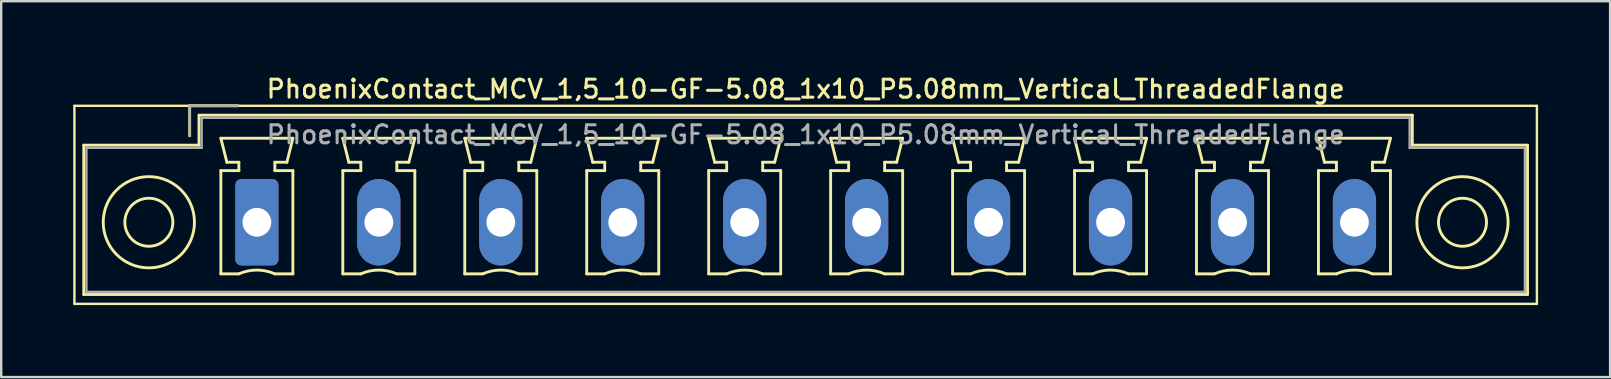
<source format=kicad_pcb>
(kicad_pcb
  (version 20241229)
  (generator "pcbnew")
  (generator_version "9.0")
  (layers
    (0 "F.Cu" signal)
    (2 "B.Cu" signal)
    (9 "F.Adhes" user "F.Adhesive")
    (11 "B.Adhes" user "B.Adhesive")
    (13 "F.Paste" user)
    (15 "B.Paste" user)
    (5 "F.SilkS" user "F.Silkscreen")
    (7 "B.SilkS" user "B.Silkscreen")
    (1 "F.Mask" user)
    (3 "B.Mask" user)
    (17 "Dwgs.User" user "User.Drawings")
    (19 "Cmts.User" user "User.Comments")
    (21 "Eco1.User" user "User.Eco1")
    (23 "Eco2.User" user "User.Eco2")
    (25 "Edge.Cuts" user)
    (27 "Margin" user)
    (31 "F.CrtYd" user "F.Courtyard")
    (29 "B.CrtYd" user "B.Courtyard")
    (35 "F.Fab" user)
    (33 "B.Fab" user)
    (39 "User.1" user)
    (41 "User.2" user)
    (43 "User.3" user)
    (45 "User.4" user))
  (footprint "PhoenixContact_MCV_1,5_10-GF-5.08_1x10_P5.08mm_Vertical_ThreadedFlange"
    (layer "F.Cu")
    (at 7.65 6.208)
    (property "Reference" "PhoenixContact_MCV_1,5_10-GF-5.08_1x10_P5.08mm_Vertical_ThreadedFlange" (at 22.86 -5.55 0) (layer "F.SilkS") (effects (font (size 0.75 0.75) (thickness 0.125))))
    (attr through_hole)
    (fp_line (start -7.6 -4.85) (end -7.6 3.4) (stroke (width 0.1) (type solid)) (layer "F.SilkS"))
    (fp_line (start -7.6 3.4) (end 53.32 3.4) (stroke (width 0.1) (type solid)) (layer "F.SilkS"))
    (fp_line (start -7.21 -3.21) (end -7.21 3.01) (stroke (width 0.12) (type solid)) (layer "F.SilkS"))
    (fp_line (start -7.21 3.01) (end 52.93 3.01) (stroke (width 0.12) (type solid)) (layer "F.SilkS"))
    (fp_line (start -2.8 -4.85) (end -0.8 -4.85) (stroke (width 0.12) (type solid)) (layer "F.SilkS"))
    (fp_line (start -2.8 -3.6) (end -2.8 -4.85) (stroke (width 0.12) (type solid)) (layer "F.SilkS"))
    (fp_line (start -2.41 -4.46) (end -2.41 -3.21) (stroke (width 0.12) (type solid)) (layer "F.SilkS"))
    (fp_line (start -2.41 -3.21) (end -7.21 -3.21) (stroke (width 0.12) (type solid)) (layer "F.SilkS"))
    (fp_line (start -1.5 -3.5) (end 1.5 -3.5) (stroke (width 0.12) (type solid)) (layer "F.SilkS"))
    (fp_line (start -1.5 -2.15) (end -0.75 -2.15) (stroke (width 0.12) (type solid)) (layer "F.SilkS"))
    (fp_line (start -1.5 2.15) (end -1.5 -2.15) (stroke (width 0.12) (type solid)) (layer "F.SilkS"))
    (fp_line (start -1.25 -2.5) (end -1.5 -3.5) (stroke (width 0.12) (type solid)) (layer "F.SilkS"))
    (fp_line (start -0.75 -2.5) (end -1.25 -2.5) (stroke (width 0.12) (type solid)) (layer "F.SilkS"))
    (fp_line (start -0.75 -2.15) (end -0.75 -2.5) (stroke (width 0.12) (type solid)) (layer "F.SilkS"))
    (fp_line (start -0.75 2.15) (end -1.5 2.15) (stroke (width 0.12) (type solid)) (layer "F.SilkS"))
    (fp_line (start 0.75 -2.5) (end 0.75 -2.15) (stroke (width 0.12) (type solid)) (layer "F.SilkS"))
    (fp_line (start 0.75 -2.15) (end 1.5 -2.15) (stroke (width 0.12) (type solid)) (layer "F.SilkS"))
    (fp_line (start 1.25 -2.5) (end 0.75 -2.5) (stroke (width 0.12) (type solid)) (layer "F.SilkS"))
    (fp_line (start 1.5 -3.5) (end 1.25 -2.5) (stroke (width 0.12) (type solid)) (layer "F.SilkS"))
    (fp_line (start 1.5 -2.15) (end 1.5 2.15) (stroke (width 0.12) (type solid)) (layer "F.SilkS"))
    (fp_line (start 1.5 2.15) (end 0.75 2.15) (stroke (width 0.12) (type solid)) (layer "F.SilkS"))
    (fp_line (start 3.58 -3.5) (end 6.58 -3.5) (stroke (width 0.12) (type solid)) (layer "F.SilkS"))
    (fp_line (start 3.58 -2.15) (end 4.33 -2.15) (stroke (width 0.12) (type solid)) (layer "F.SilkS"))
    (fp_line (start 3.58 2.15) (end 3.58 -2.15) (stroke (width 0.12) (type solid)) (layer "F.SilkS"))
    (fp_line (start 3.83 -2.5) (end 3.58 -3.5) (stroke (width 0.12) (type solid)) (layer "F.SilkS"))
    (fp_line (start 4.33 -2.5) (end 3.83 -2.5) (stroke (width 0.12) (type solid)) (layer "F.SilkS"))
    (fp_line (start 4.33 -2.15) (end 4.33 -2.5) (stroke (width 0.12) (type solid)) (layer "F.SilkS"))
    (fp_line (start 4.33 2.15) (end 3.58 2.15) (stroke (width 0.12) (type solid)) (layer "F.SilkS"))
    (fp_line (start 5.83 -2.5) (end 5.83 -2.15) (stroke (width 0.12) (type solid)) (layer "F.SilkS"))
    (fp_line (start 5.83 -2.15) (end 6.58 -2.15) (stroke (width 0.12) (type solid)) (layer "F.SilkS"))
    (fp_line (start 6.33 -2.5) (end 5.83 -2.5) (stroke (width 0.12) (type solid)) (layer "F.SilkS"))
    (fp_line (start 6.58 -3.5) (end 6.33 -2.5) (stroke (width 0.12) (type solid)) (layer "F.SilkS"))
    (fp_line (start 6.58 -2.15) (end 6.58 2.15) (stroke (width 0.12) (type solid)) (layer "F.SilkS"))
    (fp_line (start 6.58 2.15) (end 5.83 2.15) (stroke (width 0.12) (type solid)) (layer "F.SilkS"))
    (fp_line (start 8.66 -3.5) (end 11.66 -3.5) (stroke (width 0.12) (type solid)) (layer "F.SilkS"))
    (fp_line (start 8.66 -2.15) (end 9.41 -2.15) (stroke (width 0.12) (type solid)) (layer "F.SilkS"))
    (fp_line (start 8.66 2.15) (end 8.66 -2.15) (stroke (width 0.12) (type solid)) (layer "F.SilkS"))
    (fp_line (start 8.91 -2.5) (end 8.66 -3.5) (stroke (width 0.12) (type solid)) (layer "F.SilkS"))
    (fp_line (start 9.41 -2.5) (end 8.91 -2.5) (stroke (width 0.12) (type solid)) (layer "F.SilkS"))
    (fp_line (start 9.41 -2.15) (end 9.41 -2.5) (stroke (width 0.12) (type solid)) (layer "F.SilkS"))
    (fp_line (start 9.41 2.15) (end 8.66 2.15) (stroke (width 0.12) (type solid)) (layer "F.SilkS"))
    (fp_line (start 10.91 -2.5) (end 10.91 -2.15) (stroke (width 0.12) (type solid)) (layer "F.SilkS"))
    (fp_line (start 10.91 -2.15) (end 11.66 -2.15) (stroke (width 0.12) (type solid)) (layer "F.SilkS"))
    (fp_line (start 11.41 -2.5) (end 10.91 -2.5) (stroke (width 0.12) (type solid)) (layer "F.SilkS"))
    (fp_line (start 11.66 -3.5) (end 11.41 -2.5) (stroke (width 0.12) (type solid)) (layer "F.SilkS"))
    (fp_line (start 11.66 -2.15) (end 11.66 2.15) (stroke (width 0.12) (type solid)) (layer "F.SilkS"))
    (fp_line (start 11.66 2.15) (end 10.91 2.15) (stroke (width 0.12) (type solid)) (layer "F.SilkS"))
    (fp_line (start 13.74 -3.5) (end 16.74 -3.5) (stroke (width 0.12) (type solid)) (layer "F.SilkS"))
    (fp_line (start 13.74 -2.15) (end 14.49 -2.15) (stroke (width 0.12) (type solid)) (layer "F.SilkS"))
    (fp_line (start 13.74 2.15) (end 13.74 -2.15) (stroke (width 0.12) (type solid)) (layer "F.SilkS"))
    (fp_line (start 13.99 -2.5) (end 13.74 -3.5) (stroke (width 0.12) (type solid)) (layer "F.SilkS"))
    (fp_line (start 14.49 -2.5) (end 13.99 -2.5) (stroke (width 0.12) (type solid)) (layer "F.SilkS"))
    (fp_line (start 14.49 -2.15) (end 14.49 -2.5) (stroke (width 0.12) (type solid)) (layer "F.SilkS"))
    (fp_line (start 14.49 2.15) (end 13.74 2.15) (stroke (width 0.12) (type solid)) (layer "F.SilkS"))
    (fp_line (start 15.99 -2.5) (end 15.99 -2.15) (stroke (width 0.12) (type solid)) (layer "F.SilkS"))
    (fp_line (start 15.99 -2.15) (end 16.74 -2.15) (stroke (width 0.12) (type solid)) (layer "F.SilkS"))
    (fp_line (start 16.49 -2.5) (end 15.99 -2.5) (stroke (width 0.12) (type solid)) (layer "F.SilkS"))
    (fp_line (start 16.74 -3.5) (end 16.49 -2.5) (stroke (width 0.12) (type solid)) (layer "F.SilkS"))
    (fp_line (start 16.74 -2.15) (end 16.74 2.15) (stroke (width 0.12) (type solid)) (layer "F.SilkS"))
    (fp_line (start 16.74 2.15) (end 15.99 2.15) (stroke (width 0.12) (type solid)) (layer "F.SilkS"))
    (fp_line (start 18.82 -3.5) (end 21.82 -3.5) (stroke (width 0.12) (type solid)) (layer "F.SilkS"))
    (fp_line (start 18.82 -2.15) (end 19.57 -2.15) (stroke (width 0.12) (type solid)) (layer "F.SilkS"))
    (fp_line (start 18.82 2.15) (end 18.82 -2.15) (stroke (width 0.12) (type solid)) (layer "F.SilkS"))
    (fp_line (start 19.07 -2.5) (end 18.82 -3.5) (stroke (width 0.12) (type solid)) (layer "F.SilkS"))
    (fp_line (start 19.57 -2.5) (end 19.07 -2.5) (stroke (width 0.12) (type solid)) (layer "F.SilkS"))
    (fp_line (start 19.57 -2.15) (end 19.57 -2.5) (stroke (width 0.12) (type solid)) (layer "F.SilkS"))
    (fp_line (start 19.57 2.15) (end 18.82 2.15) (stroke (width 0.12) (type solid)) (layer "F.SilkS"))
    (fp_line (start 21.07 -2.5) (end 21.07 -2.15) (stroke (width 0.12) (type solid)) (layer "F.SilkS"))
    (fp_line (start 21.07 -2.15) (end 21.82 -2.15) (stroke (width 0.12) (type solid)) (layer "F.SilkS"))
    (fp_line (start 21.57 -2.5) (end 21.07 -2.5) (stroke (width 0.12) (type solid)) (layer "F.SilkS"))
    (fp_line (start 21.82 -3.5) (end 21.57 -2.5) (stroke (width 0.12) (type solid)) (layer "F.SilkS"))
    (fp_line (start 21.82 -2.15) (end 21.82 2.15) (stroke (width 0.12) (type solid)) (layer "F.SilkS"))
    (fp_line (start 21.82 2.15) (end 21.07 2.15) (stroke (width 0.12) (type solid)) (layer "F.SilkS"))
    (fp_line (start 23.9 -3.5) (end 26.9 -3.5) (stroke (width 0.12) (type solid)) (layer "F.SilkS"))
    (fp_line (start 23.9 -2.15) (end 24.65 -2.15) (stroke (width 0.12) (type solid)) (layer "F.SilkS"))
    (fp_line (start 23.9 2.15) (end 23.9 -2.15) (stroke (width 0.12) (type solid)) (layer "F.SilkS"))
    (fp_line (start 24.15 -2.5) (end 23.9 -3.5) (stroke (width 0.12) (type solid)) (layer "F.SilkS"))
    (fp_line (start 24.65 -2.5) (end 24.15 -2.5) (stroke (width 0.12) (type solid)) (layer "F.SilkS"))
    (fp_line (start 24.65 -2.15) (end 24.65 -2.5) (stroke (width 0.12) (type solid)) (layer "F.SilkS"))
    (fp_line (start 24.65 2.15) (end 23.9 2.15) (stroke (width 0.12) (type solid)) (layer "F.SilkS"))
    (fp_line (start 26.15 -2.5) (end 26.15 -2.15) (stroke (width 0.12) (type solid)) (layer "F.SilkS"))
    (fp_line (start 26.15 -2.15) (end 26.9 -2.15) (stroke (width 0.12) (type solid)) (layer "F.SilkS"))
    (fp_line (start 26.65 -2.5) (end 26.15 -2.5) (stroke (width 0.12) (type solid)) (layer "F.SilkS"))
    (fp_line (start 26.9 -3.5) (end 26.65 -2.5) (stroke (width 0.12) (type solid)) (layer "F.SilkS"))
    (fp_line (start 26.9 -2.15) (end 26.9 2.15) (stroke (width 0.12) (type solid)) (layer "F.SilkS"))
    (fp_line (start 26.9 2.15) (end 26.15 2.15) (stroke (width 0.12) (type solid)) (layer "F.SilkS"))
    (fp_line (start 28.98 -3.5) (end 31.98 -3.5) (stroke (width 0.12) (type solid)) (layer "F.SilkS"))
    (fp_line (start 28.98 -2.15) (end 29.73 -2.15) (stroke (width 0.12) (type solid)) (layer "F.SilkS"))
    (fp_line (start 28.98 2.15) (end 28.98 -2.15) (stroke (width 0.12) (type solid)) (layer "F.SilkS"))
    (fp_line (start 29.23 -2.5) (end 28.98 -3.5) (stroke (width 0.12) (type solid)) (layer "F.SilkS"))
    (fp_line (start 29.73 -2.5) (end 29.23 -2.5) (stroke (width 0.12) (type solid)) (layer "F.SilkS"))
    (fp_line (start 29.73 -2.15) (end 29.73 -2.5) (stroke (width 0.12) (type solid)) (layer "F.SilkS"))
    (fp_line (start 29.73 2.15) (end 28.98 2.15) (stroke (width 0.12) (type solid)) (layer "F.SilkS"))
    (fp_line (start 31.23 -2.5) (end 31.23 -2.15) (stroke (width 0.12) (type solid)) (layer "F.SilkS"))
    (fp_line (start 31.23 -2.15) (end 31.98 -2.15) (stroke (width 0.12) (type solid)) (layer "F.SilkS"))
    (fp_line (start 31.73 -2.5) (end 31.23 -2.5) (stroke (width 0.12) (type solid)) (layer "F.SilkS"))
    (fp_line (start 31.98 -3.5) (end 31.73 -2.5) (stroke (width 0.12) (type solid)) (layer "F.SilkS"))
    (fp_line (start 31.98 -2.15) (end 31.98 2.15) (stroke (width 0.12) (type solid)) (layer "F.SilkS"))
    (fp_line (start 31.98 2.15) (end 31.23 2.15) (stroke (width 0.12) (type solid)) (layer "F.SilkS"))
    (fp_line (start 34.06 -3.5) (end 37.06 -3.5) (stroke (width 0.12) (type solid)) (layer "F.SilkS"))
    (fp_line (start 34.06 -2.15) (end 34.81 -2.15) (stroke (width 0.12) (type solid)) (layer "F.SilkS"))
    (fp_line (start 34.06 2.15) (end 34.06 -2.15) (stroke (width 0.12) (type solid)) (layer "F.SilkS"))
    (fp_line (start 34.31 -2.5) (end 34.06 -3.5) (stroke (width 0.12) (type solid)) (layer "F.SilkS"))
    (fp_line (start 34.81 -2.5) (end 34.31 -2.5) (stroke (width 0.12) (type solid)) (layer "F.SilkS"))
    (fp_line (start 34.81 -2.15) (end 34.81 -2.5) (stroke (width 0.12) (type solid)) (layer "F.SilkS"))
    (fp_line (start 34.81 2.15) (end 34.06 2.15) (stroke (width 0.12) (type solid)) (layer "F.SilkS"))
    (fp_line (start 36.31 -2.5) (end 36.31 -2.15) (stroke (width 0.12) (type solid)) (layer "F.SilkS"))
    (fp_line (start 36.31 -2.15) (end 37.06 -2.15) (stroke (width 0.12) (type solid)) (layer "F.SilkS"))
    (fp_line (start 36.81 -2.5) (end 36.31 -2.5) (stroke (width 0.12) (type solid)) (layer "F.SilkS"))
    (fp_line (start 37.06 -3.5) (end 36.81 -2.5) (stroke (width 0.12) (type solid)) (layer "F.SilkS"))
    (fp_line (start 37.06 -2.15) (end 37.06 2.15) (stroke (width 0.12) (type solid)) (layer "F.SilkS"))
    (fp_line (start 37.06 2.15) (end 36.31 2.15) (stroke (width 0.12) (type solid)) (layer "F.SilkS"))
    (fp_line (start 39.14 -3.5) (end 42.14 -3.5) (stroke (width 0.12) (type solid)) (layer "F.SilkS"))
    (fp_line (start 39.14 -2.15) (end 39.89 -2.15) (stroke (width 0.12) (type solid)) (layer "F.SilkS"))
    (fp_line (start 39.14 2.15) (end 39.14 -2.15) (stroke (width 0.12) (type solid)) (layer "F.SilkS"))
    (fp_line (start 39.39 -2.5) (end 39.14 -3.5) (stroke (width 0.12) (type solid)) (layer "F.SilkS"))
    (fp_line (start 39.89 -2.5) (end 39.39 -2.5) (stroke (width 0.12) (type solid)) (layer "F.SilkS"))
    (fp_line (start 39.89 -2.15) (end 39.89 -2.5) (stroke (width 0.12) (type solid)) (layer "F.SilkS"))
    (fp_line (start 39.89 2.15) (end 39.14 2.15) (stroke (width 0.12) (type solid)) (layer "F.SilkS"))
    (fp_line (start 41.39 -2.5) (end 41.39 -2.15) (stroke (width 0.12) (type solid)) (layer "F.SilkS"))
    (fp_line (start 41.39 -2.15) (end 42.14 -2.15) (stroke (width 0.12) (type solid)) (layer "F.SilkS"))
    (fp_line (start 41.89 -2.5) (end 41.39 -2.5) (stroke (width 0.12) (type solid)) (layer "F.SilkS"))
    (fp_line (start 42.14 -3.5) (end 41.89 -2.5) (stroke (width 0.12) (type solid)) (layer "F.SilkS"))
    (fp_line (start 42.14 -2.15) (end 42.14 2.15) (stroke (width 0.12) (type solid)) (layer "F.SilkS"))
    (fp_line (start 42.14 2.15) (end 41.39 2.15) (stroke (width 0.12) (type solid)) (layer "F.SilkS"))
    (fp_line (start 44.22 -3.5) (end 47.22 -3.5) (stroke (width 0.12) (type solid)) (layer "F.SilkS"))
    (fp_line (start 44.22 -2.15) (end 44.97 -2.15) (stroke (width 0.12) (type solid)) (layer "F.SilkS"))
    (fp_line (start 44.22 2.15) (end 44.22 -2.15) (stroke (width 0.12) (type solid)) (layer "F.SilkS"))
    (fp_line (start 44.47 -2.5) (end 44.22 -3.5) (stroke (width 0.12) (type solid)) (layer "F.SilkS"))
    (fp_line (start 44.97 -2.5) (end 44.47 -2.5) (stroke (width 0.12) (type solid)) (layer "F.SilkS"))
    (fp_line (start 44.97 -2.15) (end 44.97 -2.5) (stroke (width 0.12) (type solid)) (layer "F.SilkS"))
    (fp_line (start 44.97 2.15) (end 44.22 2.15) (stroke (width 0.12) (type solid)) (layer "F.SilkS"))
    (fp_line (start 46.47 -2.5) (end 46.47 -2.15) (stroke (width 0.12) (type solid)) (layer "F.SilkS"))
    (fp_line (start 46.47 -2.15) (end 47.22 -2.15) (stroke (width 0.12) (type solid)) (layer "F.SilkS"))
    (fp_line (start 46.97 -2.5) (end 46.47 -2.5) (stroke (width 0.12) (type solid)) (layer "F.SilkS"))
    (fp_line (start 47.22 -3.5) (end 46.97 -2.5) (stroke (width 0.12) (type solid)) (layer "F.SilkS"))
    (fp_line (start 47.22 -2.15) (end 47.22 2.15) (stroke (width 0.12) (type solid)) (layer "F.SilkS"))
    (fp_line (start 47.22 2.15) (end 46.47 2.15) (stroke (width 0.12) (type solid)) (layer "F.SilkS"))
    (fp_line (start 48.13 -4.46) (end -2.41 -4.46) (stroke (width 0.12) (type solid)) (layer "F.SilkS"))
    (fp_line (start 48.13 -3.21) (end 48.13 -4.46) (stroke (width 0.12) (type solid)) (layer "F.SilkS"))
    (fp_line (start 52.93 -3.21) (end 48.13 -3.21) (stroke (width 0.12) (type solid)) (layer "F.SilkS"))
    (fp_line (start 52.93 3.01) (end 52.93 -3.21) (stroke (width 0.12) (type solid)) (layer "F.SilkS"))
    (fp_line (start 53.32 -4.85) (end -7.6 -4.85) (stroke (width 0.1) (type solid)) (layer "F.SilkS"))
    (fp_line (start 53.32 3.4) (end 53.32 -4.85) (stroke (width 0.1) (type solid)) (layer "F.SilkS"))
    (fp_arc (start -0.75 2.15) (mid -0.000193 1.99191) (end 0.749647 2.149844) (stroke (width 0.12) (type solid)) (layer "F.SilkS"))
    (fp_arc (start 4.33 2.15) (mid 5.079807 1.99191) (end 5.829647 2.149844) (stroke (width 0.12) (type solid)) (layer "F.SilkS"))
    (fp_arc (start 9.41 2.15) (mid 10.159807 1.99191) (end 10.909647 2.149844) (stroke (width 0.12) (type solid)) (layer "F.SilkS"))
    (fp_arc (start 14.49 2.15) (mid 15.239807 1.99191) (end 15.989647 2.149844) (stroke (width 0.12) (type solid)) (layer "F.SilkS"))
    (fp_arc (start 19.57 2.15) (mid 20.319807 1.99191) (end 21.069647 2.149844) (stroke (width 0.12) (type solid)) (layer "F.SilkS"))
    (fp_arc (start 24.65 2.15) (mid 25.399807 1.99191) (end 26.149647 2.149844) (stroke (width 0.12) (type solid)) (layer "F.SilkS"))
    (fp_arc (start 29.73 2.15) (mid 30.479807 1.99191) (end 31.229647 2.149844) (stroke (width 0.12) (type solid)) (layer "F.SilkS"))
    (fp_arc (start 34.81 2.15) (mid 35.559807 1.99191) (end 36.309647 2.149844) (stroke (width 0.12) (type solid)) (layer "F.SilkS"))
    (fp_arc (start 39.89 2.15) (mid 40.639807 1.99191) (end 41.389647 2.149844) (stroke (width 0.12) (type solid)) (layer "F.SilkS"))
    (fp_arc (start 44.97 2.15) (mid 45.719807 1.99191) (end 46.469647 2.149844) (stroke (width 0.12) (type solid)) (layer "F.SilkS"))
    (fp_circle (center -4.5 0) (end -3.5 0) (stroke (width 0.12) (type solid)) (fill no) (layer "F.SilkS"))
    (fp_circle (center -4.5 0) (end -2.6 0) (stroke (width 0.12) (type solid)) (fill no) (layer "F.SilkS"))
    (fp_circle (center 50.22 0) (end 51.22 0) (stroke (width 0.12) (type solid)) (fill no) (layer "F.SilkS"))
    (fp_circle (center 50.22 0) (end 52.12 0) (stroke (width 0.12) (type solid)) (fill no) (layer "F.SilkS"))
    (fp_line (start -7.1 -3.1) (end -7.1 2.9) (stroke (width 0.1) (type solid)) (layer "F.Fab"))
    (fp_line (start -7.1 2.9) (end 52.82 2.9) (stroke (width 0.1) (type solid)) (layer "F.Fab"))
    (fp_line (start -2.8 -4.85) (end -0.8 -4.85) (stroke (width 0.1) (type solid)) (layer "F.Fab"))
    (fp_line (start -2.8 -3.6) (end -2.8 -4.85) (stroke (width 0.1) (type solid)) (layer "F.Fab"))
    (fp_line (start -2.3 -4.35) (end -2.3 -3.1) (stroke (width 0.1) (type solid)) (layer "F.Fab"))
    (fp_line (start -2.3 -3.1) (end -7.1 -3.1) (stroke (width 0.1) (type solid)) (layer "F.Fab"))
    (fp_line (start 48.02 -4.35) (end -2.3 -4.35) (stroke (width 0.1) (type solid)) (layer "F.Fab"))
    (fp_line (start 48.02 -3.1) (end 48.02 -4.35) (stroke (width 0.1) (type solid)) (layer "F.Fab"))
    (fp_line (start 52.82 -3.1) (end 48.02 -3.1) (stroke (width 0.1) (type solid)) (layer "F.Fab"))
    (fp_line (start 52.82 2.9) (end 52.82 -3.1) (stroke (width 0.1) (type solid)) (layer "F.Fab"))
    (fp_text user "${REFERENCE}" (at 22.86 -3.65 0) (layer "F.Fab") (effects (font (size 0.75 0.75) (thickness 0.125))))
    (pad "1" thru_hole roundrect (at 0 0) (size 1.8 3.6) (drill 1.2) (layers "*.Cu" "*.Mask") (roundrect_rratio 0.139))
    (pad "2" thru_hole oval (at 5.08 0) (size 1.8 3.6) (drill 1.2) (layers "*.Cu" "*.Mask"))
    (pad "3" thru_hole oval (at 10.16 0) (size 1.8 3.6) (drill 1.2) (layers "*.Cu" "*.Mask"))
    (pad "4" thru_hole oval (at 15.24 0) (size 1.8 3.6) (drill 1.2) (layers "*.Cu" "*.Mask"))
    (pad "5" thru_hole oval (at 20.32 0) (size 1.8 3.6) (drill 1.2) (layers "*.Cu" "*.Mask"))
    (pad "6" thru_hole oval (at 25.4 0) (size 1.8 3.6) (drill 1.2) (layers "*.Cu" "*.Mask"))
    (pad "7" thru_hole oval (at 30.48 0) (size 1.8 3.6) (drill 1.2) (layers "*.Cu" "*.Mask"))
    (pad "8" thru_hole oval (at 35.56 0) (size 1.8 3.6) (drill 1.2) (layers "*.Cu" "*.Mask"))
    (pad "9" thru_hole oval (at 40.64 0) (size 1.8 3.6) (drill 1.2) (layers "*.Cu" "*.Mask"))
    (pad "10" thru_hole oval (at 45.72 0) (size 1.8 3.6) (drill 1.2) (layers "*.Cu" "*.Mask")))
  (gr_rect
    (start -3 -3)
    (end 64.02 12.658)
    (stroke (width 0.1) (type default))
    (fill no)
    (layer "Edge.Cuts")))
</source>
